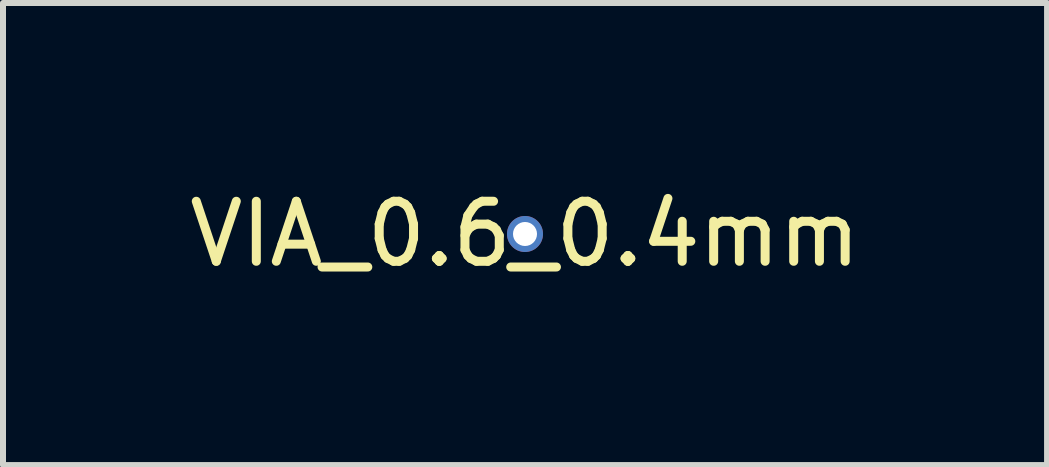
<source format=kicad_pcb>
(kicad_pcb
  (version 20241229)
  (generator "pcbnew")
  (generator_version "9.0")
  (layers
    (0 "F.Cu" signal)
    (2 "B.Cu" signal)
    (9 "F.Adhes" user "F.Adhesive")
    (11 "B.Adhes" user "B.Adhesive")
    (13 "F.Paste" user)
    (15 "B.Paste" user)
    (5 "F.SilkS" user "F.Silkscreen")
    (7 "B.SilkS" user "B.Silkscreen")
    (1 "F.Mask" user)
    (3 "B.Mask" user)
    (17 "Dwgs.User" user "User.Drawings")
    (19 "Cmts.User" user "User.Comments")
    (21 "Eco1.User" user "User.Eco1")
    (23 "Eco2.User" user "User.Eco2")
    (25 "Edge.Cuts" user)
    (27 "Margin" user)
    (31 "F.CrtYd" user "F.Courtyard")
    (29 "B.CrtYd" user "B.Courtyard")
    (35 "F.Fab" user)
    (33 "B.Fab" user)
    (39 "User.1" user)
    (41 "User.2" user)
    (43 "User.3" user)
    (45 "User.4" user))
  (footprint "VIA_0.6_0.4mm"
    (layer "F.Cu")
    (at 5.696 0.848)
    (property "Reference" "VIA_0.6_0.4mm" (at 0 0 0) (layer "F.SilkS") (effects (font (size 1 1) (thickness 0.15))))
    (attr through_hole)
    (pad "1" thru_hole circle (at 0 0) (size 0.6 0.6) (drill 0.4) (layers "*.Cu")))
  (gr_rect
    (start -3 -3)
    (end 14.393 4.697)
    (stroke (width 0.1) (type default))
    (fill no)
    (layer "Edge.Cuts")))
</source>
